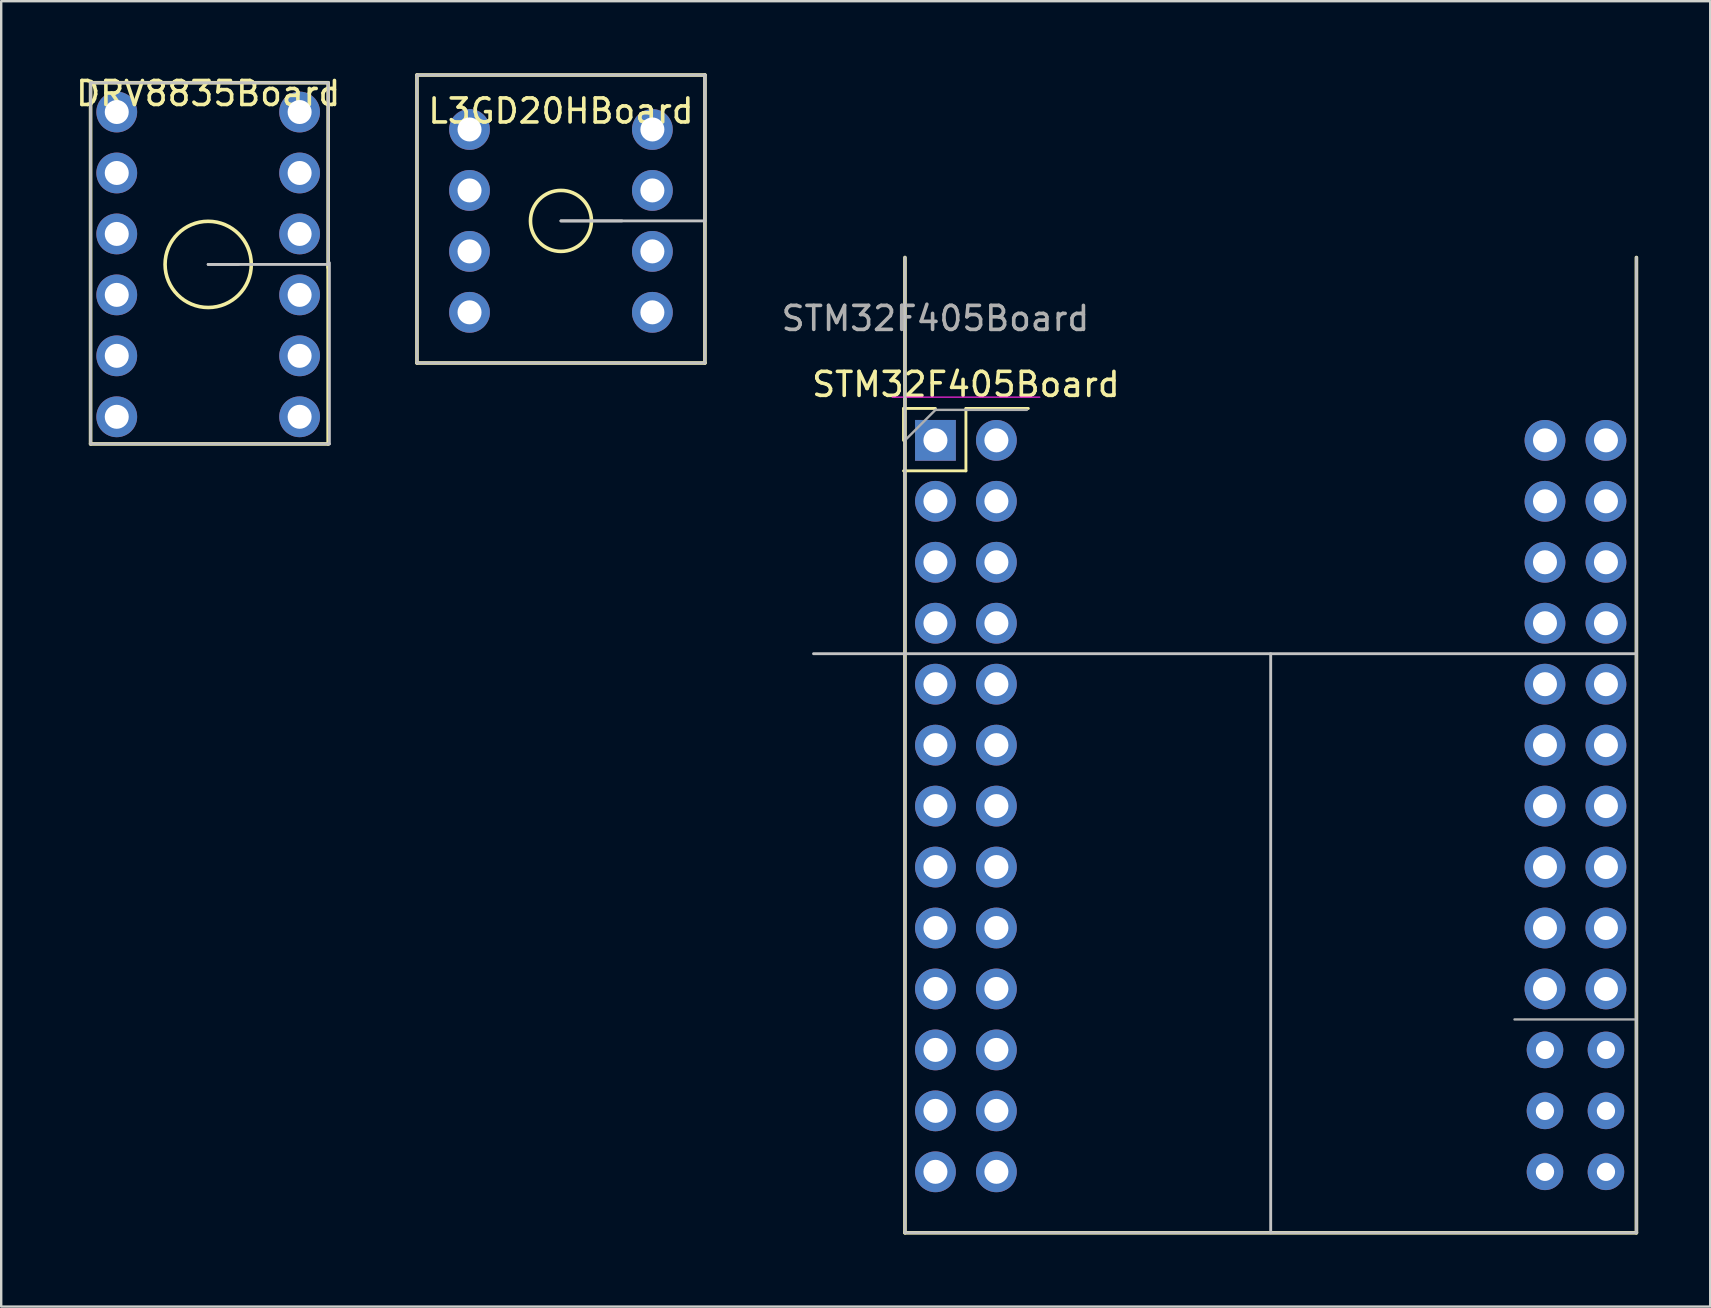
<source format=kicad_pcb>
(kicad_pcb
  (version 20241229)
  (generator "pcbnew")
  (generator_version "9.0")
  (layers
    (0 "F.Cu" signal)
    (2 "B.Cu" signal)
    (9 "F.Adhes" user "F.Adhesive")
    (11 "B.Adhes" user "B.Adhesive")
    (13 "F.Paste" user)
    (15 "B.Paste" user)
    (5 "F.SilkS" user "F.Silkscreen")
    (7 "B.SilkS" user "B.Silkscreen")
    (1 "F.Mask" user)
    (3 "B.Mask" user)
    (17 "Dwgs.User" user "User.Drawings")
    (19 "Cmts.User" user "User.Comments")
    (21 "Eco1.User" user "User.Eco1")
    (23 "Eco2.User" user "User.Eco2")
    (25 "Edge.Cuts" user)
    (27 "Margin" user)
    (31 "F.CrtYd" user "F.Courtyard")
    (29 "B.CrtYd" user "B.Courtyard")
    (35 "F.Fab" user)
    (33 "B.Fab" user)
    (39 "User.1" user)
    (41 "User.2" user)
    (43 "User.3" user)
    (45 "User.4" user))
  (footprint "DRV8835Board"
    (layer "F.Cu")
    (at 5.625 0.348)
    (property "Reference" "DRV8835Board" (at 0 0.5 0) (layer "F.SilkS") (effects (font (size 1 1) (thickness 0.15))))
    (attr through_hole)
    (fp_line (start -4.9 0.05) (end 5 0.05) (stroke (width 0.15) (type solid)) (layer "F.SilkS"))
    (fp_line (start -4.9 15.1) (end -4.9 0.05) (stroke (width 0.15) (type solid)) (layer "F.SilkS"))
    (fp_line (start 5 0.05) (end 5 7.75) (stroke (width 0.15) (type solid)) (layer "F.SilkS"))
    (fp_line (start 5 7.65) (end 5 15.1) (stroke (width 0.15) (type solid)) (layer "F.SilkS"))
    (fp_line (start 5 15.1) (end -4.9 15.1) (stroke (width 0.15) (type solid)) (layer "F.SilkS"))
    (fp_circle (center 0 7.62) (end 1.27 8.89) (stroke (width 0.15) (type solid)) (fill no) (layer "F.SilkS"))
    (fp_line (start -4.9 0.05) (end -4.9 15.1) (stroke (width 0.12) (type solid)) (layer "Dwgs.User"))
    (fp_line (start -4.9 15.1) (end 5.05 15.1) (stroke (width 0.12) (type solid)) (layer "Dwgs.User"))
    (fp_line (start 0 7.62) (end 1.27 7.62) (stroke (width 0.12) (type solid)) (layer "Dwgs.User"))
    (fp_line (start 0 7.62) (end 5 7.62) (stroke (width 0.12) (type solid)) (layer "Dwgs.User"))
    (fp_line (start 5 0.05) (end -4.9 0.05) (stroke (width 0.12) (type solid)) (layer "Dwgs.User"))
    (fp_line (start 5 7.62) (end 5 0.05) (stroke (width 0.12) (type solid)) (layer "Dwgs.User"))
    (fp_line (start 5.05 15.1) (end 5.05 7.55) (stroke (width 0.12) (type solid)) (layer "Dwgs.User"))
    (pad "1" thru_hole circle (at -3.81 1.27) (size 1.7 1.7) (drill 1) (layers "*.Cu" "*.Mask"))
    (pad "2" thru_hole circle (at -3.81 3.81) (size 1.7 1.7) (drill 1) (layers "*.Cu" "*.Mask"))
    (pad "3" thru_hole circle (at -3.81 6.35) (size 1.7 1.7) (drill 1) (layers "*.Cu" "*.Mask"))
    (pad "4" thru_hole circle (at -3.81 8.89) (size 1.7 1.7) (drill 1) (layers "*.Cu" "*.Mask"))
    (pad "5" thru_hole circle (at -3.81 11.43) (size 1.7 1.7) (drill 1) (layers "*.Cu" "*.Mask"))
    (pad "6" thru_hole circle (at -3.81 13.97) (size 1.7 1.7) (drill 1) (layers "*.Cu" "*.Mask"))
    (pad "7" thru_hole circle (at 3.81 13.97) (size 1.7 1.7) (drill 1) (layers "*.Cu" "*.Mask"))
    (pad "8" thru_hole circle (at 3.81 11.43) (size 1.7 1.7) (drill 1) (layers "*.Cu" "*.Mask"))
    (pad "9" thru_hole circle (at 3.81 8.89) (size 1.7 1.7) (drill 1) (layers "*.Cu" "*.Mask"))
    (pad "10" thru_hole circle (at 3.81 6.35) (size 1.7 1.7) (drill 1) (layers "*.Cu" "*.Mask"))
    (pad "11" thru_hole circle (at 3.81 3.81) (size 1.7 1.7) (drill 1) (layers "*.Cu" "*.Mask"))
    (pad "12" thru_hole circle (at 3.81 1.27) (size 1.7 1.7) (drill 1) (layers "*.Cu" "*.Mask")))
  (footprint "L3GD20HBoard"
    (layer "F.Cu")
    (at 20.325 1.075)
    (property "Reference" "L3GD20HBoard" (at 0 0.5 0) (layer "F.SilkS") (effects (font (size 1 1) (thickness 0.15))))
    (attr through_hole)
    (fp_line (start -6 -1) (end -6 11) (stroke (width 0.15) (type solid)) (layer "F.SilkS"))
    (fp_line (start -6 11) (end 6 11) (stroke (width 0.15) (type solid)) (layer "F.SilkS"))
    (fp_line (start 6 -1) (end -6 -1) (stroke (width 0.15) (type solid)) (layer "F.SilkS"))
    (fp_line (start 6 11) (end 6 -1) (stroke (width 0.15) (type solid)) (layer "F.SilkS"))
    (fp_circle (center 0 5.08) (end 1.27 5.08) (stroke (width 0.15) (type solid)) (fill no) (layer "F.SilkS"))
    (fp_line (start -6 -1) (end -6 11) (stroke (width 0.12) (type solid)) (layer "Dwgs.User"))
    (fp_line (start -6 11) (end 6 11) (stroke (width 0.12) (type solid)) (layer "Dwgs.User"))
    (fp_line (start 0 5.08) (end 2.54 5.08) (stroke (width 0.12) (type solid)) (layer "Dwgs.User"))
    (fp_line (start 0 5.08) (end 6 5.08) (stroke (width 0.12) (type solid)) (layer "Dwgs.User"))
    (fp_line (start 6 -1) (end -6 -1) (stroke (width 0.12) (type solid)) (layer "Dwgs.User"))
    (fp_line (start 6 5.08) (end 6 -1) (stroke (width 0.12) (type solid)) (layer "Dwgs.User"))
    (fp_line (start 6 11) (end 6 -1) (stroke (width 0.12) (type solid)) (layer "Dwgs.User"))
    (pad "1" thru_hole circle (at -3.81 1.27) (size 1.7 1.7) (drill 1) (layers "*.Cu" "*.Mask"))
    (pad "2" thru_hole circle (at -3.81 3.81) (size 1.7 1.7) (drill 1) (layers "*.Cu" "*.Mask"))
    (pad "3" thru_hole circle (at -3.81 6.35) (size 1.7 1.7) (drill 1) (layers "*.Cu" "*.Mask"))
    (pad "4" thru_hole circle (at -3.81 8.89) (size 1.7 1.7) (drill 1) (layers "*.Cu" "*.Mask"))
    (pad "5" thru_hole circle (at 3.81 8.89) (size 1.7 1.7) (drill 1) (layers "*.Cu" "*.Mask"))
    (pad "6" thru_hole circle (at 3.81 6.35) (size 1.7 1.7) (drill 1) (layers "*.Cu" "*.Mask"))
    (pad "7" thru_hole circle (at 3.81 3.81) (size 1.7 1.7) (drill 1) (layers "*.Cu" "*.Mask"))
    (pad "8" thru_hole circle (at 3.81 1.27) (size 1.7 1.7) (drill 1) (layers "*.Cu" "*.Mask")))
  (footprint "STM32F405Board"
    (layer "F.Cu")
    (at 35.93 15.3)
    (property "Reference" "STM32F405Board" (at 1.27 -2.33 0) (layer "F.SilkS") (effects (font (size 1 1) (thickness 0.15))))
    (attr through_hole)
    (fp_line (start -1.33 -1.33) (end 0 -1.33) (stroke (width 0.12) (type solid)) (layer "F.SilkS"))
    (fp_line (start -1.33 0) (end -1.33 -1.33) (stroke (width 0.12) (type solid)) (layer "F.SilkS"))
    (fp_line (start -1.33 1.27) (end 1.27 1.27) (stroke (width 0.12) (type solid)) (layer "F.SilkS"))
    (fp_line (start -1.27 -7.62) (end -1.27 33.02) (stroke (width 0.15) (type solid)) (layer "F.SilkS"))
    (fp_line (start -1.27 33.02) (end 29.21 33.02) (stroke (width 0.15) (type solid)) (layer "F.SilkS"))
    (fp_line (start 1.27 -1.33) (end 3.87 -1.33) (stroke (width 0.12) (type solid)) (layer "F.SilkS"))
    (fp_line (start 1.27 1.27) (end 1.27 -1.33) (stroke (width 0.12) (type solid)) (layer "F.SilkS"))
    (fp_line (start 29.21 33.02) (end 29.21 -7.62) (stroke (width 0.15) (type solid)) (layer "F.SilkS"))
    (fp_line (start -1.27 -15.24) (end -1.27 6.35) (stroke (width 0.12) (type solid)) (layer "B.Paste"))
    (fp_line (start 29.21 -15.24) (end -1.27 -15.24) (stroke (width 0.12) (type solid)) (layer "B.Paste"))
    (fp_line (start 29.21 33.02) (end 29.21 -15.24) (stroke (width 0.12) (type solid)) (layer "B.Paste"))
    (fp_circle (center 13.97 8.89) (end 13.97 10.16) (stroke (width 0.12) (type solid)) (fill no) (layer "B.Paste"))
    (fp_line (start -1.27 -7.62) (end -1.27 33.02) (stroke (width 0.12) (type solid)) (layer "Dwgs.User"))
    (fp_line (start -1.27 33.02) (end 29.21 33.02) (stroke (width 0.12) (type solid)) (layer "Dwgs.User"))
    (fp_line (start 13.97 8.89) (end 13.97 33.02) (stroke (width 0.12) (type solid)) (layer "Dwgs.User"))
    (fp_line (start 29.21 8.89) (end -5.08 8.89) (stroke (width 0.12) (type solid)) (layer "Dwgs.User"))
    (fp_line (start 29.21 33.02) (end 29.21 -7.62) (stroke (width 0.12) (type solid)) (layer "Dwgs.User"))
    (fp_line (start 4.35 -1.8) (end -1.8 -1.8) (stroke (width 0.05) (type solid)) (layer "F.CrtYd"))
    (fp_line (start -1.27 0) (end 0 -1.27) (stroke (width 0.1) (type solid)) (layer "F.Fab"))
    (fp_line (start 0 -1.27) (end 3.81 -1.27) (stroke (width 0.1) (type solid)) (layer "F.Fab"))
    (fp_line (start 29.21 24.13) (end 24.13 24.13) (stroke (width 0.1) (type solid)) (layer "F.Fab"))
    (fp_text user "${REFERENCE}" (at 0 -5.08 180) (layer "F.Fab") (effects (font (size 1 1) (thickness 0.15))))
    (pad "1" thru_hole rect (at 0 0) (size 1.7 1.7) (drill 1) (layers "*.Cu" "*.Mask"))
    (pad "2" thru_hole oval (at 2.54 0) (size 1.7 1.7) (drill 1) (layers "*.Cu" "*.Mask"))
    (pad "3" thru_hole oval (at 0 2.54) (size 1.7 1.7) (drill 1) (layers "*.Cu" "*.Mask"))
    (pad "4" thru_hole oval (at 2.54 2.54) (size 1.7 1.7) (drill 1) (layers "*.Cu" "*.Mask"))
    (pad "5" thru_hole oval (at 0 5.08) (size 1.7 1.7) (drill 1) (layers "*.Cu" "*.Mask"))
    (pad "6" thru_hole oval (at 2.54 5.08) (size 1.7 1.7) (drill 1) (layers "*.Cu" "*.Mask"))
    (pad "7" thru_hole oval (at 0 7.62) (size 1.7 1.7) (drill 1) (layers "*.Cu" "*.Mask"))
    (pad "8" thru_hole oval (at 2.54 7.62) (size 1.7 1.7) (drill 1) (layers "*.Cu" "*.Mask"))
    (pad "9" thru_hole oval (at 0 10.16) (size 1.7 1.7) (drill 1) (layers "*.Cu" "*.Mask"))
    (pad "10" thru_hole oval (at 2.54 10.16) (size 1.7 1.7) (drill 1) (layers "*.Cu" "*.Mask"))
    (pad "11" thru_hole oval (at 0 12.7) (size 1.7 1.7) (drill 1) (layers "*.Cu" "*.Mask"))
    (pad "12" thru_hole oval (at 2.54 12.7) (size 1.7 1.7) (drill 1) (layers "*.Cu" "*.Mask"))
    (pad "13" thru_hole oval (at 0 15.24) (size 1.7 1.7) (drill 1) (layers "*.Cu" "*.Mask"))
    (pad "14" thru_hole oval (at 2.54 15.24) (size 1.7 1.7) (drill 1) (layers "*.Cu" "*.Mask"))
    (pad "15" thru_hole oval (at 0 17.78) (size 1.7 1.7) (drill 1) (layers "*.Cu" "*.Mask"))
    (pad "16" thru_hole oval (at 2.54 17.78) (size 1.7 1.7) (drill 1) (layers "*.Cu" "*.Mask"))
    (pad "17" thru_hole oval (at 0 20.32) (size 1.7 1.7) (drill 1) (layers "*.Cu" "*.Mask"))
    (pad "18" thru_hole oval (at 2.54 20.32) (size 1.7 1.7) (drill 1) (layers "*.Cu" "*.Mask"))
    (pad "19" thru_hole oval (at 0 22.86) (size 1.7 1.7) (drill 1) (layers "*.Cu" "*.Mask"))
    (pad "20" thru_hole oval (at 2.54 22.86) (size 1.7 1.7) (drill 1) (layers "*.Cu" "*.Mask"))
    (pad "21" thru_hole oval (at 0 25.4) (size 1.7 1.7) (drill 1) (layers "*.Cu" "*.Mask"))
    (pad "22" thru_hole oval (at 2.54 25.4) (size 1.7 1.7) (drill 1) (layers "*.Cu" "*.Mask"))
    (pad "23" thru_hole oval (at 0 27.94) (size 1.7 1.7) (drill 1) (layers "*.Cu" "*.Mask"))
    (pad "24" thru_hole oval (at 2.54 27.94) (size 1.7 1.7) (drill 1) (layers "*.Cu" "*.Mask"))
    (pad "25" thru_hole oval (at 0 30.48) (size 1.7 1.7) (drill 1) (layers "*.Cu" "*.Mask"))
    (pad "26" thru_hole oval (at 2.54 30.48) (size 1.7 1.7) (drill 1) (layers "*.Cu" "*.Mask"))
    (pad "27" thru_hole oval (at 25.4 0) (size 1.7 1.7) (drill 1) (layers "*.Cu" "*.Mask"))
    (pad "28" thru_hole oval (at 27.94 0) (size 1.7 1.7) (drill 1) (layers "*.Cu" "*.Mask"))
    (pad "29" thru_hole oval (at 25.4 2.54) (size 1.7 1.7) (drill 1) (layers "*.Cu" "*.Mask"))
    (pad "30" thru_hole oval (at 27.94 2.54) (size 1.7 1.7) (drill 1) (layers "*.Cu" "*.Mask"))
    (pad "31" thru_hole oval (at 25.4 5.08) (size 1.7 1.7) (drill 1) (layers "*.Cu" "*.Mask"))
    (pad "32" thru_hole oval (at 27.94 5.08) (size 1.7 1.7) (drill 1) (layers "*.Cu" "*.Mask"))
    (pad "33" thru_hole oval (at 25.4 7.62) (size 1.7 1.7) (drill 1) (layers "*.Cu" "*.Mask"))
    (pad "34" thru_hole oval (at 27.94 7.62) (size 1.7 1.7) (drill 1) (layers "*.Cu" "*.Mask"))
    (pad "35" thru_hole oval (at 25.4 10.16) (size 1.7 1.7) (drill 1) (layers "*.Cu" "*.Mask"))
    (pad "36" thru_hole oval (at 27.94 10.16) (size 1.7 1.7) (drill 1) (layers "*.Cu" "*.Mask"))
    (pad "37" thru_hole oval (at 25.4 12.7) (size 1.7 1.7) (drill 1) (layers "*.Cu" "*.Mask"))
    (pad "38" thru_hole oval (at 27.94 12.7) (size 1.7 1.7) (drill 1) (layers "*.Cu" "*.Mask"))
    (pad "39" thru_hole oval (at 25.4 15.24) (size 1.7 1.7) (drill 1) (layers "*.Cu" "*.Mask"))
    (pad "40" thru_hole oval (at 27.94 15.24) (size 1.7 1.7) (drill 1) (layers "*.Cu" "*.Mask"))
    (pad "41" thru_hole oval (at 25.4 17.78) (size 1.7 1.7) (drill 1) (layers "*.Cu" "*.Mask"))
    (pad "42" thru_hole oval (at 27.94 17.78) (size 1.7 1.7) (drill 1) (layers "*.Cu" "*.Mask"))
    (pad "43" thru_hole oval (at 25.4 20.32) (size 1.7 1.7) (drill 1) (layers "*.Cu" "*.Mask"))
    (pad "44" thru_hole oval (at 27.94 20.32) (size 1.7 1.7) (drill 1) (layers "*.Cu" "*.Mask"))
    (pad "45" thru_hole oval (at 25.4 22.86) (size 1.7 1.7) (drill 1) (layers "*.Cu" "*.Mask"))
    (pad "46" thru_hole oval (at 27.94 22.86) (size 1.7 1.7) (drill 1) (layers "*.Cu" "*.Mask"))
    (pad "47" thru_hole circle (at 25.4 25.4) (size 1.524 1.524) (drill 0.762) (layers "*.Cu" "*.Mask"))
    (pad "48" thru_hole circle (at 27.94 25.4) (size 1.524 1.524) (drill 0.762) (layers "*.Cu" "*.Mask"))
    (pad "49" thru_hole circle (at 25.4 27.94) (size 1.524 1.524) (drill 0.762) (layers "*.Cu" "*.Mask"))
    (pad "50" thru_hole circle (at 27.94 27.94) (size 1.524 1.524) (drill 0.762) (layers "*.Cu" "*.Mask"))
    (pad "51" thru_hole circle (at 25.4 30.48) (size 1.524 1.524) (drill 0.762) (layers "*.Cu" "*.Mask"))
    (pad "52" thru_hole circle (at 27.94 30.48) (size 1.524 1.524) (drill 0.762) (layers "*.Cu" "*.Mask")))
  (gr_rect
    (start -3 -3)
    (end 68.215 51.395)
    (stroke (width 0.1) (type default))
    (fill no)
    (layer "Edge.Cuts")))
</source>
